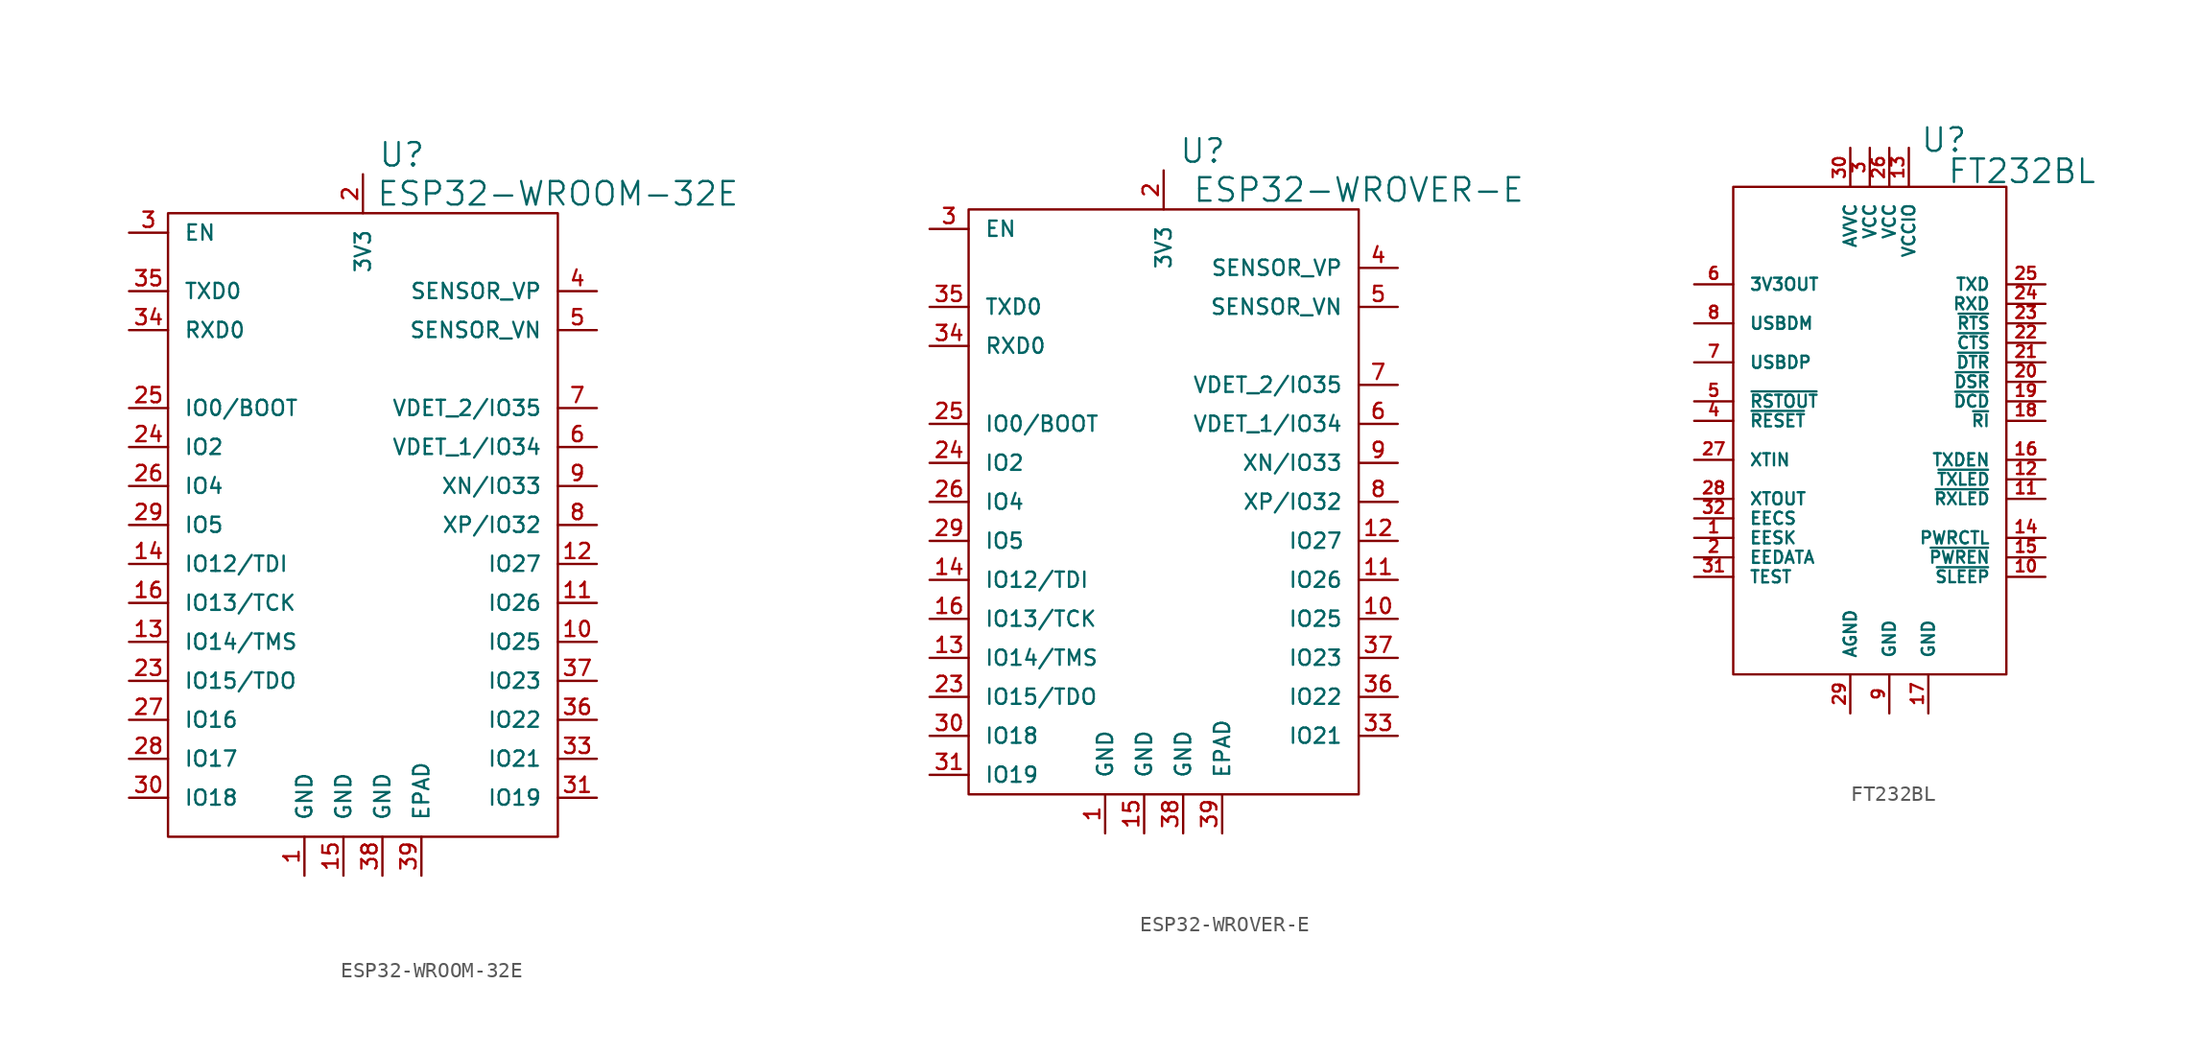
<source format=kicad_sym>
(kicad_symbol_lib
  (version 20220914)
  (generator kicad_symbol_editor)
  (symbol "ESP32-WROOM-32E"
    (pin_names
      (offset 1.016))
    (property "Reference" "U"
      (at 2.54 24.13 0)
      (effects (font (size 1.524 1.524))))
    (property "Value" "ESP32-WROOM-32E"
      (at 12.7 21.59 0)
      (effects (font (size 1.524 1.524))))
    (property "Footprint" ""
      (at 0 -3.81 0)
      (effects (font (size 1.524 1.524))))
    (property "Datasheet" ""
      (at 0 0 0)
      (effects (font (size 1.524 1.524))))
    (symbol "ESP32-WROOM-32E_0_1"
      (rectangle (start -12.7 20.32) (end 12.7 -20.32) (stroke (width 0) (type solid)) (fill (type none))))
    (symbol "ESP32-WROOM-32E_1_1"
      (pin passive line (at -3.81 -22.86 90) (length 2.54) (name "GND" (effects (font (size 0.991 0.991)))) (number "1" (effects (font (size 0.991 0.991)))))
      (pin passive line (at 15.24 -7.62 180) (length 2.54) (name "IO25" (effects (font (size 0.991 0.991)))) (number "10" (effects (font (size 0.991 0.991)))))
      (pin passive line (at 15.24 -5.08 180) (length 2.54) (name "IO26" (effects (font (size 0.991 0.991)))) (number "11" (effects (font (size 0.991 0.991)))))
      (pin passive line (at 15.24 -2.54 180) (length 2.54) (name "IO27" (effects (font (size 0.991 0.991)))) (number "12" (effects (font (size 0.991 0.991)))))
      (pin passive line (at -15.24 -7.62 0) (length 2.54) (name "IO14/TMS" (effects (font (size 0.991 0.991)))) (number "13" (effects (font (size 0.991 0.991)))))
      (pin passive line (at -15.24 -2.54 0) (length 2.54) (name "IO12/TDI" (effects (font (size 0.991 0.991)))) (number "14" (effects (font (size 0.991 0.991)))))
      (pin passive line (at -1.27 -22.86 90) (length 2.54) (name "GND" (effects (font (size 0.991 0.991)))) (number "15" (effects (font (size 0.991 0.991)))))
      (pin passive line (at -15.24 -5.08 0) (length 2.54) (name "IO13/TCK" (effects (font (size 0.991 0.991)))) (number "16" (effects (font (size 0.991 0.991)))))
      (pin passive line (at 0 22.86 270) (length 2.54) (name "3V3" (effects (font (size 0.991 0.991)))) (number "2" (effects (font (size 0.991 0.991)))))
      (pin passive line (at -15.24 -10.16 0) (length 2.54) (name "IO15/TDO" (effects (font (size 0.991 0.991)))) (number "23" (effects (font (size 0.991 0.991)))))
      (pin passive line (at -15.24 5.08 0) (length 2.54) (name "IO2" (effects (font (size 0.991 0.991)))) (number "24" (effects (font (size 0.991 0.991)))))
      (pin passive line (at -15.24 7.62 0) (length 2.54) (name "IO0/BOOT" (effects (font (size 0.991 0.991)))) (number "25" (effects (font (size 0.991 0.991)))))
      (pin passive line (at -15.24 2.54 0) (length 2.54) (name "IO4" (effects (font (size 0.991 0.991)))) (number "26" (effects (font (size 0.991 0.991)))))
      (pin passive line (at -15.24 -12.7 0) (length 2.54) (name "IO16" (effects (font (size 0.991 0.991)))) (number "27" (effects (font (size 0.991 0.991)))))
      (pin passive line (at -15.24 -15.24 0) (length 2.54) (name "IO17" (effects (font (size 0.991 0.991)))) (number "28" (effects (font (size 0.991 0.991)))))
      (pin passive line (at -15.24 0 0) (length 2.54) (name "IO5" (effects (font (size 0.991 0.991)))) (number "29" (effects (font (size 0.991 0.991)))))
      (pin passive line (at -15.24 19.05 0) (length 2.54) (name "EN" (effects (font (size 0.991 0.991)))) (number "3" (effects (font (size 0.991 0.991)))))
      (pin passive line (at -15.24 -17.78 0) (length 2.54) (name "IO18" (effects (font (size 0.991 0.991)))) (number "30" (effects (font (size 0.991 0.991)))))
      (pin passive line (at 15.24 -17.78 180) (length 2.54) (name "IO19" (effects (font (size 0.991 0.991)))) (number "31" (effects (font (size 0.991 0.991)))))
      (pin passive line (at 15.24 -15.24 180) (length 2.54) (name "IO21" (effects (font (size 0.991 0.991)))) (number "33" (effects (font (size 0.991 0.991)))))
      (pin passive line (at -15.24 12.7 0) (length 2.54) (name "RXD0" (effects (font (size 0.991 0.991)))) (number "34" (effects (font (size 0.991 0.991)))))
      (pin passive line (at -15.24 15.24 0) (length 2.54) (name "TXD0" (effects (font (size 0.991 0.991)))) (number "35" (effects (font (size 0.991 0.991)))))
      (pin passive line (at 15.24 -12.7 180) (length 2.54) (name "IO22" (effects (font (size 0.991 0.991)))) (number "36" (effects (font (size 0.991 0.991)))))
      (pin passive line (at 15.24 -10.16 180) (length 2.54) (name "IO23" (effects (font (size 0.991 0.991)))) (number "37" (effects (font (size 0.991 0.991)))))
      (pin passive line (at 1.27 -22.86 90) (length 2.54) (name "GND" (effects (font (size 0.991 0.991)))) (number "38" (effects (font (size 0.991 0.991)))))
      (pin passive line (at 3.81 -22.86 90) (length 2.54) (name "EPAD" (effects (font (size 0.991 0.991)))) (number "39" (effects (font (size 0.991 0.991)))))
      (pin passive line (at 15.24 15.24 180) (length 2.54) (name "SENSOR_VP" (effects (font (size 0.991 0.991)))) (number "4" (effects (font (size 0.991 0.991)))))
      (pin passive line (at 15.24 12.7 180) (length 2.54) (name "SENSOR_VN" (effects (font (size 0.991 0.991)))) (number "5" (effects (font (size 0.991 0.991)))))
      (pin passive line (at 15.24 5.08 180) (length 2.54) (name "VDET_1/IO34" (effects (font (size 0.991 0.991)))) (number "6" (effects (font (size 0.991 0.991)))))
      (pin passive line (at 15.24 7.62 180) (length 2.54) (name "VDET_2/IO35" (effects (font (size 0.991 0.991)))) (number "7" (effects (font (size 0.991 0.991)))))
      (pin passive line (at 15.24 0 180) (length 2.54) (name "XP/IO32" (effects (font (size 0.991 0.991)))) (number "8" (effects (font (size 0.991 0.991)))))
      (pin passive line (at 15.24 2.54 180) (length 2.54) (name "XN/IO33" (effects (font (size 0.991 0.991)))) (number "9" (effects (font (size 0.991 0.991)))))))
  (symbol "ESP32-WROVER-E"
    (pin_names
      (offset 1.016))
    (property "Reference" "U"
      (at 2.54 22.86 0)
      (effects (font (size 1.524 1.524))))
    (property "Value" "ESP32-WROVER-E"
      (at 12.7 20.32 0)
      (effects (font (size 1.524 1.524))))
    (property "Footprint" ""
      (at 0 -3.81 0)
      (effects (font (size 1.524 1.524))))
    (property "Datasheet" ""
      (at 0 0 0)
      (effects (font (size 1.524 1.524))))
    (symbol "ESP32-WROVER-E_0_1"
      (rectangle (start -12.7 19.05) (end 12.7 -19.05) (stroke (width 0) (type solid)) (fill (type none))))
    (symbol "ESP32-WROVER-E_1_1"
      (pin passive line (at -3.81 -21.59 90) (length 2.54) (name "GND" (effects (font (size 0.991 0.991)))) (number "1" (effects (font (size 0.991 0.991)))))
      (pin passive line (at 15.24 -7.62 180) (length 2.54) (name "IO25" (effects (font (size 0.991 0.991)))) (number "10" (effects (font (size 0.991 0.991)))))
      (pin passive line (at 15.24 -5.08 180) (length 2.54) (name "IO26" (effects (font (size 0.991 0.991)))) (number "11" (effects (font (size 0.991 0.991)))))
      (pin passive line (at 15.24 -2.54 180) (length 2.54) (name "IO27" (effects (font (size 0.991 0.991)))) (number "12" (effects (font (size 0.991 0.991)))))
      (pin passive line (at -15.24 -10.16 0) (length 2.54) (name "IO14/TMS" (effects (font (size 0.991 0.991)))) (number "13" (effects (font (size 0.991 0.991)))))
      (pin passive line (at -15.24 -5.08 0) (length 2.54) (name "IO12/TDI" (effects (font (size 0.991 0.991)))) (number "14" (effects (font (size 0.991 0.991)))))
      (pin passive line (at -1.27 -21.59 90) (length 2.54) (name "GND" (effects (font (size 0.991 0.991)))) (number "15" (effects (font (size 0.991 0.991)))))
      (pin passive line (at -15.24 -7.62 0) (length 2.54) (name "IO13/TCK" (effects (font (size 0.991 0.991)))) (number "16" (effects (font (size 0.991 0.991)))))
      (pin passive line (at 0 21.59 270) (length 2.54) (name "3V3" (effects (font (size 0.991 0.991)))) (number "2" (effects (font (size 0.991 0.991)))))
      (pin passive line (at -15.24 -12.7 0) (length 2.54) (name "IO15/TDO" (effects (font (size 0.991 0.991)))) (number "23" (effects (font (size 0.991 0.991)))))
      (pin passive line (at -15.24 2.54 0) (length 2.54) (name "IO2" (effects (font (size 0.991 0.991)))) (number "24" (effects (font (size 0.991 0.991)))))
      (pin passive line (at -15.24 5.08 0) (length 2.54) (name "IO0/BOOT" (effects (font (size 0.991 0.991)))) (number "25" (effects (font (size 0.991 0.991)))))
      (pin passive line (at -15.24 0 0) (length 2.54) (name "IO4" (effects (font (size 0.991 0.991)))) (number "26" (effects (font (size 0.991 0.991)))))
      (pin passive line (at -15.24 -2.54 0) (length 2.54) (name "IO5" (effects (font (size 0.991 0.991)))) (number "29" (effects (font (size 0.991 0.991)))))
      (pin passive line (at -15.24 17.78 0) (length 2.54) (name "EN" (effects (font (size 0.991 0.991)))) (number "3" (effects (font (size 0.991 0.991)))))
      (pin passive line (at -15.24 -15.24 0) (length 2.54) (name "IO18" (effects (font (size 0.991 0.991)))) (number "30" (effects (font (size 0.991 0.991)))))
      (pin passive line (at -15.24 -17.78 0) (length 2.54) (name "IO19" (effects (font (size 0.991 0.991)))) (number "31" (effects (font (size 0.991 0.991)))))
      (pin passive line (at 15.24 -15.24 180) (length 2.54) (name "IO21" (effects (font (size 0.991 0.991)))) (number "33" (effects (font (size 0.991 0.991)))))
      (pin passive line (at -15.24 10.16 0) (length 2.54) (name "RXD0" (effects (font (size 0.991 0.991)))) (number "34" (effects (font (size 0.991 0.991)))))
      (pin passive line (at -15.24 12.7 0) (length 2.54) (name "TXD0" (effects (font (size 0.991 0.991)))) (number "35" (effects (font (size 0.991 0.991)))))
      (pin passive line (at 15.24 -12.7 180) (length 2.54) (name "IO22" (effects (font (size 0.991 0.991)))) (number "36" (effects (font (size 0.991 0.991)))))
      (pin passive line (at 15.24 -10.16 180) (length 2.54) (name "IO23" (effects (font (size 0.991 0.991)))) (number "37" (effects (font (size 0.991 0.991)))))
      (pin passive line (at 1.27 -21.59 90) (length 2.54) (name "GND" (effects (font (size 0.991 0.991)))) (number "38" (effects (font (size 0.991 0.991)))))
      (pin passive line (at 3.81 -21.59 90) (length 2.54) (name "EPAD" (effects (font (size 0.991 0.991)))) (number "39" (effects (font (size 0.991 0.991)))))
      (pin passive line (at 15.24 15.24 180) (length 2.54) (name "SENSOR_VP" (effects (font (size 0.991 0.991)))) (number "4" (effects (font (size 0.991 0.991)))))
      (pin passive line (at 15.24 12.7 180) (length 2.54) (name "SENSOR_VN" (effects (font (size 0.991 0.991)))) (number "5" (effects (font (size 0.991 0.991)))))
      (pin passive line (at 15.24 5.08 180) (length 2.54) (name "VDET_1/IO34" (effects (font (size 0.991 0.991)))) (number "6" (effects (font (size 0.991 0.991)))))
      (pin passive line (at 15.24 7.62 180) (length 2.54) (name "VDET_2/IO35" (effects (font (size 0.991 0.991)))) (number "7" (effects (font (size 0.991 0.991)))))
      (pin passive line (at 15.24 0 180) (length 2.54) (name "XP/IO32" (effects (font (size 0.991 0.991)))) (number "8" (effects (font (size 0.991 0.991)))))
      (pin passive line (at 15.24 2.54 180) (length 2.54) (name "XN/IO33" (effects (font (size 0.991 0.991)))) (number "9" (effects (font (size 0.991 0.991)))))))
  (symbol "FT232BL"
    (pin_names
      (offset 1.016))
    (property "Reference" "U"
      (at 4.826 18.288 0)
      (effects (font (size 1.524 1.524))))
    (property "Value" "FT232BL"
      (at 9.906 16.256 0)
      (effects (font (size 1.524 1.524))))
    (property "Footprint" ""
      (at 0 0 0)
      (effects (font (size 1.524 1.524))))
    (property "Datasheet" ""
      (at 0 0 0)
      (effects (font (size 1.524 1.524))))
    (symbol "FT232BL_0_1"
      (rectangle (start -8.89 15.24) (end 8.89 -16.51) (stroke (width 0) (type solid)) (fill (type none))))
    (symbol "FT232BL_1_1"
      (pin passive line (at -11.43 -7.62 0) (length 2.54) (name "EESK" (effects (font (size 0.787 0.787)))) (number "1" (effects (font (size 0.787 0.787)))))
      (pin passive line (at 11.43 -10.16 180) (length 2.54) (name "~{SLEEP}" (effects (font (size 0.762 0.762)))) (number "10" (effects (font (size 0.762 0.762)))))
      (pin passive line (at 11.43 -5.08 180) (length 2.54) (name "~{RXLED}" (effects (font (size 0.762 0.762)))) (number "11" (effects (font (size 0.762 0.762)))))
      (pin passive line (at 11.43 -3.81 180) (length 2.54) (name "~{TXLED}" (effects (font (size 0.762 0.762)))) (number "12" (effects (font (size 0.762 0.762)))))
      (pin passive line (at 2.54 17.78 270) (length 2.54) (name "VCCIO" (effects (font (size 0.787 0.787)))) (number "13" (effects (font (size 0.787 0.787)))))
      (pin passive line (at 11.43 -7.62 180) (length 2.54) (name "PWRCTL" (effects (font (size 0.787 0.787)))) (number "14" (effects (font (size 0.787 0.787)))))
      (pin passive line (at 11.43 -8.89 180) (length 2.54) (name "~{PWREN}" (effects (font (size 0.762 0.762)))) (number "15" (effects (font (size 0.762 0.762)))))
      (pin passive line (at 11.43 -2.54 180) (length 2.54) (name "TXDEN" (effects (font (size 0.787 0.787)))) (number "16" (effects (font (size 0.787 0.787)))))
      (pin passive line (at 3.81 -19.05 90) (length 2.54) (name "GND" (effects (font (size 0.787 0.787)))) (number "17" (effects (font (size 0.787 0.787)))))
      (pin passive line (at 11.43 0 180) (length 2.54) (name "~{RI}" (effects (font (size 0.762 0.762)))) (number "18" (effects (font (size 0.762 0.762)))))
      (pin passive line (at 11.43 1.27 180) (length 2.54) (name "~{DCD}" (effects (font (size 0.762 0.762)))) (number "19" (effects (font (size 0.762 0.762)))))
      (pin passive line (at -11.43 -8.89 0) (length 2.54) (name "EEDATA" (effects (font (size 0.787 0.787)))) (number "2" (effects (font (size 0.787 0.787)))))
      (pin passive line (at 11.43 2.54 180) (length 2.54) (name "~{DSR}" (effects (font (size 0.762 0.762)))) (number "20" (effects (font (size 0.762 0.762)))))
      (pin passive line (at 11.43 3.81 180) (length 2.54) (name "~{DTR}" (effects (font (size 0.762 0.762)))) (number "21" (effects (font (size 0.762 0.762)))))
      (pin passive line (at 11.43 5.08 180) (length 2.54) (name "~{CTS}" (effects (font (size 0.762 0.762)))) (number "22" (effects (font (size 0.762 0.762)))))
      (pin passive line (at 11.43 6.35 180) (length 2.54) (name "~{RTS}" (effects (font (size 0.762 0.762)))) (number "23" (effects (font (size 0.762 0.762)))))
      (pin passive line (at 11.43 7.62 180) (length 2.54) (name "RXD" (effects (font (size 0.787 0.787)))) (number "24" (effects (font (size 0.787 0.787)))))
      (pin passive line (at 11.43 8.89 180) (length 2.54) (name "TXD" (effects (font (size 0.787 0.787)))) (number "25" (effects (font (size 0.787 0.787)))))
      (pin passive line (at 1.27 17.78 270) (length 2.54) (name "VCC" (effects (font (size 0.787 0.787)))) (number "26" (effects (font (size 0.787 0.787)))))
      (pin passive line (at -11.43 -2.54 0) (length 2.54) (name "XTIN" (effects (font (size 0.787 0.787)))) (number "27" (effects (font (size 0.787 0.787)))))
      (pin passive line (at -11.43 -5.08 0) (length 2.54) (name "XTOUT" (effects (font (size 0.787 0.787)))) (number "28" (effects (font (size 0.787 0.787)))))
      (pin passive line (at -1.27 -19.05 90) (length 2.54) (name "AGND" (effects (font (size 0.787 0.787)))) (number "29" (effects (font (size 0.787 0.787)))))
      (pin passive line (at 0 17.78 270) (length 2.54) (name "VCC" (effects (font (size 0.787 0.787)))) (number "3" (effects (font (size 0.787 0.787)))))
      (pin passive line (at -1.27 17.78 270) (length 2.54) (name "AVVC" (effects (font (size 0.787 0.787)))) (number "30" (effects (font (size 0.787 0.787)))))
      (pin passive line (at -11.43 -10.16 0) (length 2.54) (name "TEST" (effects (font (size 0.787 0.787)))) (number "31" (effects (font (size 0.787 0.787)))))
      (pin passive line (at -11.43 -6.35 0) (length 2.54) (name "EECS" (effects (font (size 0.787 0.787)))) (number "32" (effects (font (size 0.787 0.787)))))
      (pin passive line (at -11.43 0 0) (length 2.54) (name "~{RESET}" (effects (font (size 0.787 0.787)))) (number "4" (effects (font (size 0.787 0.787)))))
      (pin passive line (at -11.43 1.27 0) (length 2.54) (name "~{RSTOUT}" (effects (font (size 0.787 0.787)))) (number "5" (effects (font (size 0.787 0.787)))))
      (pin passive line (at -11.43 8.89 0) (length 2.54) (name "3V3OUT" (effects (font (size 0.787 0.787)))) (number "6" (effects (font (size 0.787 0.787)))))
      (pin passive line (at -11.43 3.81 0) (length 2.54) (name "USBDP" (effects (font (size 0.787 0.787)))) (number "7" (effects (font (size 0.787 0.787)))))
      (pin passive line (at -11.43 6.35 0) (length 2.54) (name "USBDM" (effects (font (size 0.787 0.787)))) (number "8" (effects (font (size 0.787 0.787)))))
      (pin passive line (at 1.27 -19.05 90) (length 2.54) (name "GND" (effects (font (size 0.787 0.787)))) (number "9" (effects (font (size 0.787 0.787))))))))
</source>
